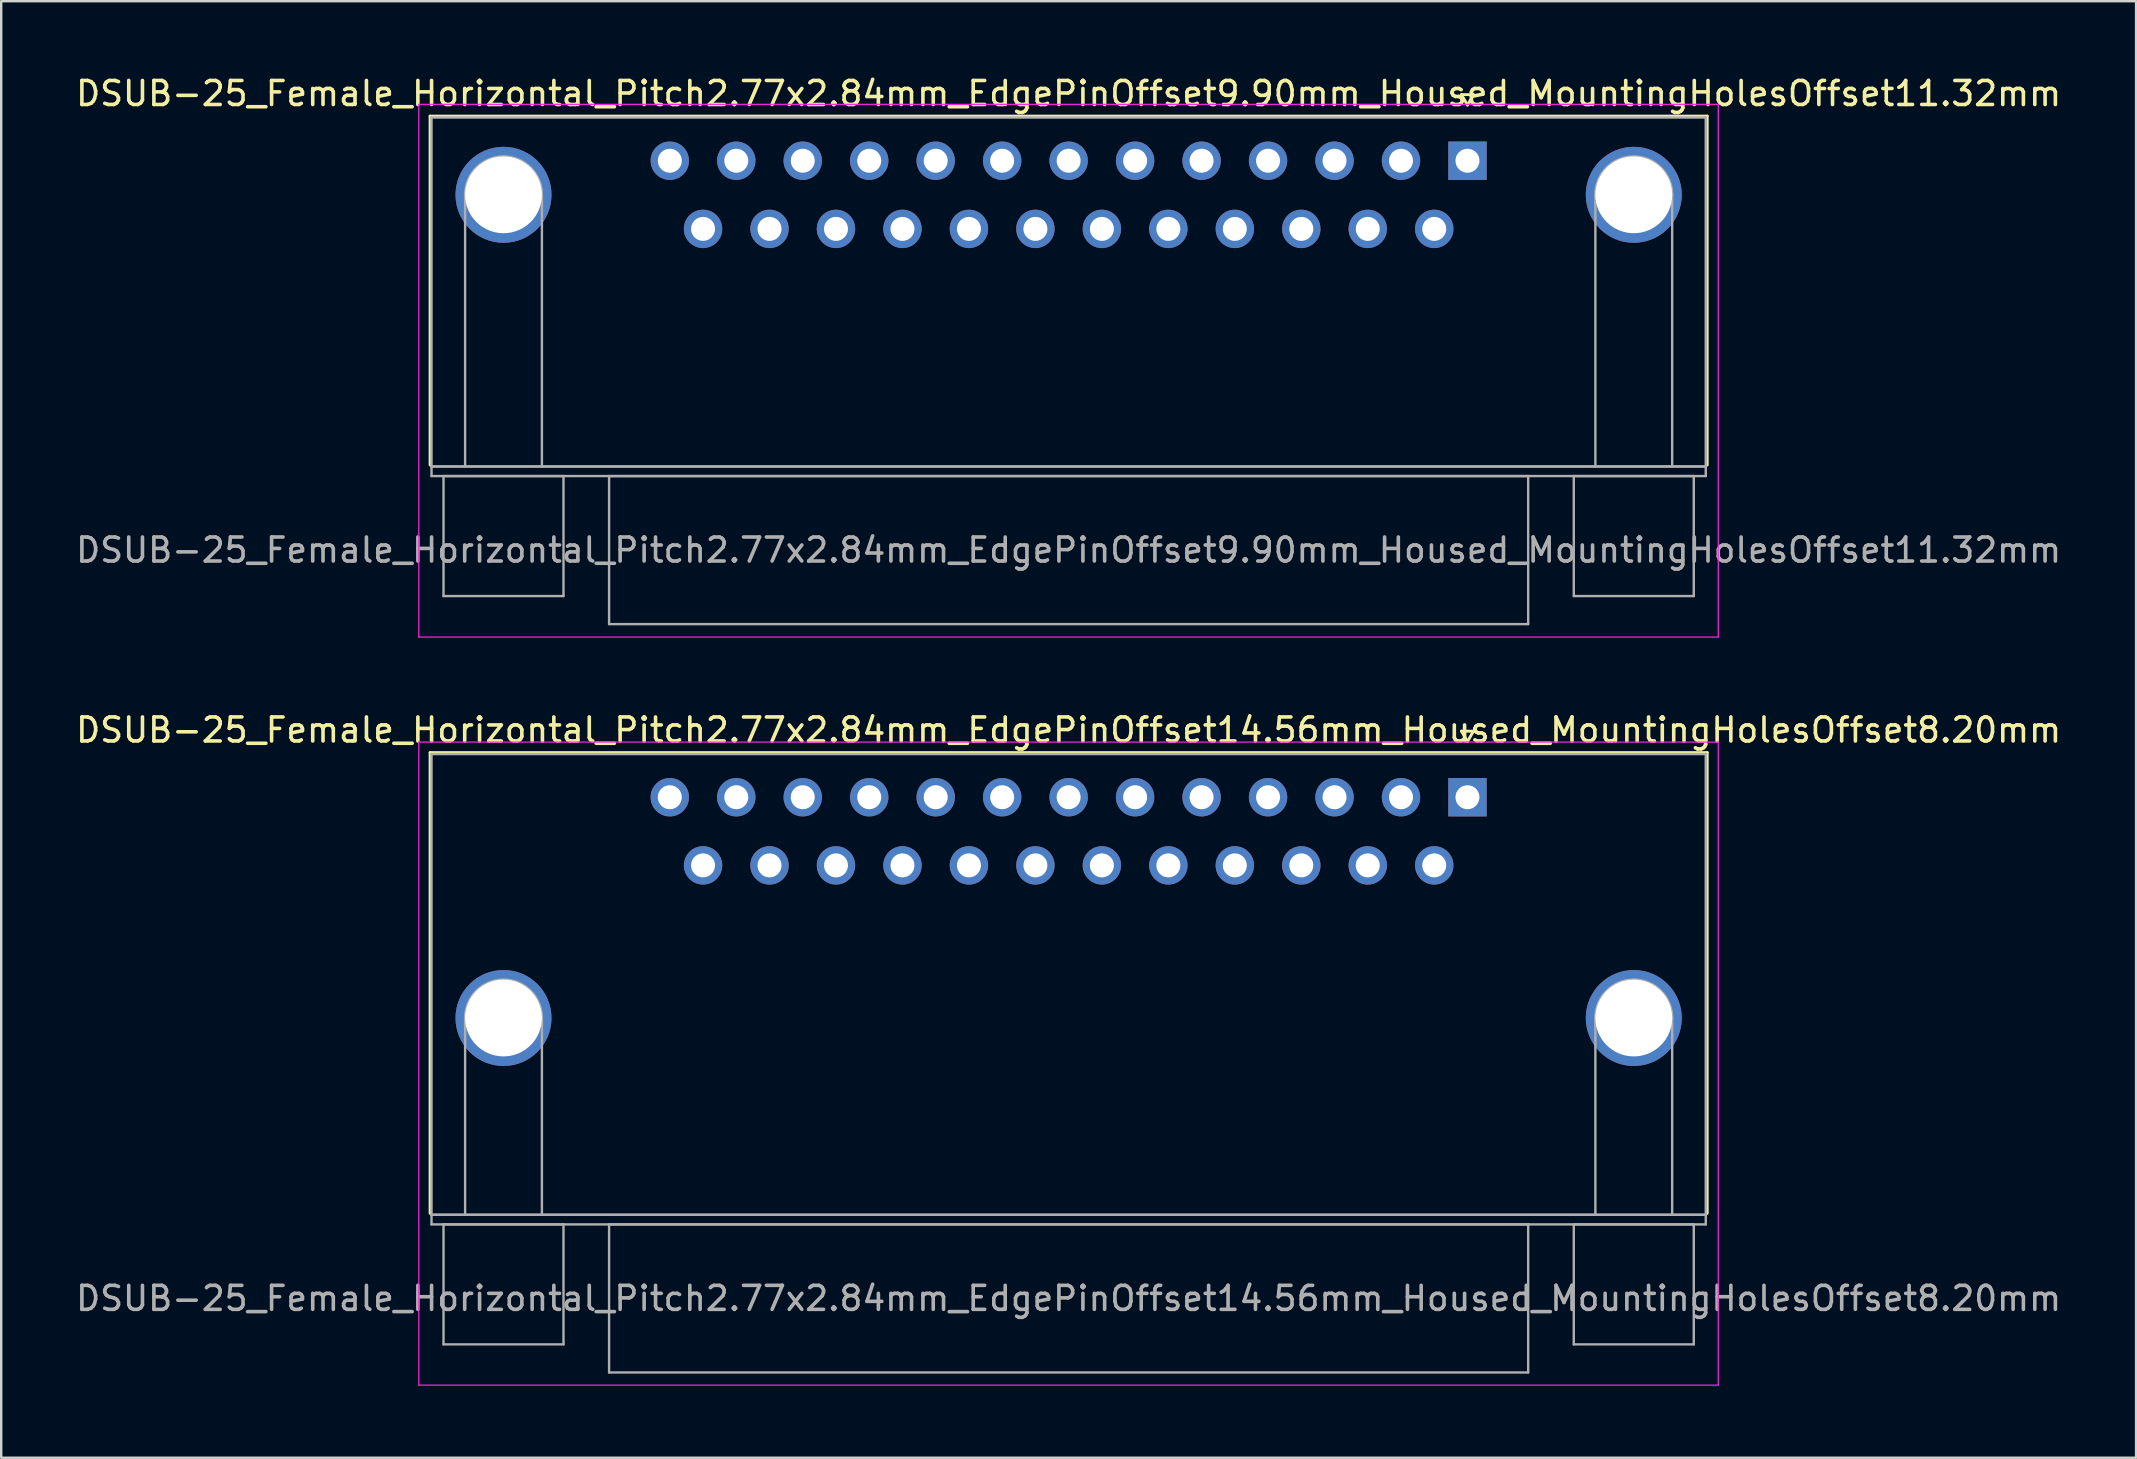
<source format=kicad_pcb>
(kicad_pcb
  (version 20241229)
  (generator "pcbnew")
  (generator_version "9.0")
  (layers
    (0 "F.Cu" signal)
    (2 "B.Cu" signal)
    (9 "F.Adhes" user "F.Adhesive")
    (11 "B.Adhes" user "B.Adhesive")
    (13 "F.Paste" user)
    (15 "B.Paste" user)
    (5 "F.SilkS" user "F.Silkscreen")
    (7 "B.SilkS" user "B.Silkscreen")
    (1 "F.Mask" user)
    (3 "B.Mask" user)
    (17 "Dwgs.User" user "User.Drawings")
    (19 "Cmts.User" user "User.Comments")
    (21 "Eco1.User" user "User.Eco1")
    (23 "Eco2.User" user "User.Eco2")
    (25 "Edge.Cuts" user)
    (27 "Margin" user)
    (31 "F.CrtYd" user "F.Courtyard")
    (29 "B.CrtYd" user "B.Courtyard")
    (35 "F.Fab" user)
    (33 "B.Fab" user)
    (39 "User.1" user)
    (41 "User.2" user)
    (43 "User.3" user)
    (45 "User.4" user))
  (footprint "DSUB-25_Female_Horizontal_Pitch2.77x2.84mm_EdgePinOffset14.56mm_Housed_MountingHolesOffset8.20mm"
    (layer "F.Cu")
    (at 58.102 30.172)
    (property "Reference" "DSUB-25_Female_Horizontal_Pitch2.77x2.84mm_EdgePinOffset14.56mm_Housed_MountingHolesOffset8.20mm" (at -16.62 -2.8 0) (layer "F.SilkS") (effects (font (size 1 1) (thickness 0.15))))
    (attr through_hole)
    (fp_line (start -43.23 -1.86) (end 9.99 -1.86) (stroke (width 0.12) (type solid)) (layer "F.SilkS"))
    (fp_line (start -43.23 17.34) (end -43.23 -1.86) (stroke (width 0.12) (type solid)) (layer "F.SilkS"))
    (fp_line (start -0.25 -2.754) (end 0.25 -2.754) (stroke (width 0.12) (type solid)) (layer "F.SilkS"))
    (fp_line (start 0 -2.321) (end -0.25 -2.754) (stroke (width 0.12) (type solid)) (layer "F.SilkS"))
    (fp_line (start 0.25 -2.754) (end 0 -2.321) (stroke (width 0.12) (type solid)) (layer "F.SilkS"))
    (fp_line (start 9.99 -1.86) (end 9.99 17.34) (stroke (width 0.12) (type solid)) (layer "F.SilkS"))
    (fp_line (start -43.7 -2.3) (end -43.7 24.5) (stroke (width 0.05) (type solid)) (layer "F.CrtYd"))
    (fp_line (start -43.7 24.5) (end 10.45 24.5) (stroke (width 0.05) (type solid)) (layer "F.CrtYd"))
    (fp_line (start 10.45 -2.3) (end -43.7 -2.3) (stroke (width 0.05) (type solid)) (layer "F.CrtYd"))
    (fp_line (start 10.45 24.5) (end 10.45 -2.3) (stroke (width 0.05) (type solid)) (layer "F.CrtYd"))
    (fp_line (start -43.17 -1.8) (end -43.17 17.4) (stroke (width 0.1) (type solid)) (layer "F.Fab"))
    (fp_line (start -43.17 17.4) (end -43.17 17.8) (stroke (width 0.1) (type solid)) (layer "F.Fab"))
    (fp_line (start -43.17 17.4) (end 9.93 17.4) (stroke (width 0.1) (type solid)) (layer "F.Fab"))
    (fp_line (start -43.17 17.8) (end 9.93 17.8) (stroke (width 0.1) (type solid)) (layer "F.Fab"))
    (fp_line (start -42.67 17.8) (end -42.67 22.8) (stroke (width 0.1) (type solid)) (layer "F.Fab"))
    (fp_line (start -42.67 22.8) (end -37.67 22.8) (stroke (width 0.1) (type solid)) (layer "F.Fab"))
    (fp_line (start -41.77 17.4) (end -41.77 9.2) (stroke (width 0.1) (type solid)) (layer "F.Fab"))
    (fp_line (start -38.57 17.4) (end -38.57 9.2) (stroke (width 0.1) (type solid)) (layer "F.Fab"))
    (fp_line (start -37.67 17.8) (end -42.67 17.8) (stroke (width 0.1) (type solid)) (layer "F.Fab"))
    (fp_line (start -37.67 22.8) (end -37.67 17.8) (stroke (width 0.1) (type solid)) (layer "F.Fab"))
    (fp_line (start -35.77 17.8) (end -35.77 23.97) (stroke (width 0.1) (type solid)) (layer "F.Fab"))
    (fp_line (start -35.77 23.97) (end 2.53 23.97) (stroke (width 0.1) (type solid)) (layer "F.Fab"))
    (fp_line (start 2.53 17.8) (end -35.77 17.8) (stroke (width 0.1) (type solid)) (layer "F.Fab"))
    (fp_line (start 2.53 23.97) (end 2.53 17.8) (stroke (width 0.1) (type solid)) (layer "F.Fab"))
    (fp_line (start 4.43 17.8) (end 4.43 22.8) (stroke (width 0.1) (type solid)) (layer "F.Fab"))
    (fp_line (start 4.43 22.8) (end 9.43 22.8) (stroke (width 0.1) (type solid)) (layer "F.Fab"))
    (fp_line (start 5.33 17.4) (end 5.33 9.2) (stroke (width 0.1) (type solid)) (layer "F.Fab"))
    (fp_line (start 8.53 17.4) (end 8.53 9.2) (stroke (width 0.1) (type solid)) (layer "F.Fab"))
    (fp_line (start 9.43 17.8) (end 4.43 17.8) (stroke (width 0.1) (type solid)) (layer "F.Fab"))
    (fp_line (start 9.43 22.8) (end 9.43 17.8) (stroke (width 0.1) (type solid)) (layer "F.Fab"))
    (fp_line (start 9.93 -1.8) (end -43.17 -1.8) (stroke (width 0.1) (type solid)) (layer "F.Fab"))
    (fp_line (start 9.93 17.4) (end -43.17 17.4) (stroke (width 0.1) (type solid)) (layer "F.Fab"))
    (fp_line (start 9.93 17.4) (end 9.93 -1.8) (stroke (width 0.1) (type solid)) (layer "F.Fab"))
    (fp_line (start 9.93 17.8) (end 9.93 17.4) (stroke (width 0.1) (type solid)) (layer "F.Fab"))
    (fp_arc (start -41.77 9.2) (mid -40.17 7.6) (end -38.57 9.2) (stroke (width 0.1) (type solid)) (layer "F.Fab"))
    (fp_arc (start 5.33 9.2) (mid 6.93 7.6) (end 8.53 9.2) (stroke (width 0.1) (type solid)) (layer "F.Fab"))
    (fp_text user "${REFERENCE}" (at -16.62 20.885 0) (layer "F.Fab") (effects (font (size 1 1) (thickness 0.15))))
    (pad "0" thru_hole circle (at -40.17 9.2) (size 4 4) (drill 3.2) (layers "*.Cu" "*.Mask"))
    (pad "0" thru_hole circle (at 6.93 9.2) (size 4 4) (drill 3.2) (layers "*.Cu" "*.Mask"))
    (pad "1" thru_hole rect (at 0 0) (size 1.6 1.6) (drill 1) (layers "*.Cu" "*.Mask"))
    (pad "2" thru_hole circle (at -2.77 0) (size 1.6 1.6) (drill 1) (layers "*.Cu" "*.Mask"))
    (pad "3" thru_hole circle (at -5.54 0) (size 1.6 1.6) (drill 1) (layers "*.Cu" "*.Mask"))
    (pad "4" thru_hole circle (at -8.31 0) (size 1.6 1.6) (drill 1) (layers "*.Cu" "*.Mask"))
    (pad "5" thru_hole circle (at -11.08 0) (size 1.6 1.6) (drill 1) (layers "*.Cu" "*.Mask"))
    (pad "6" thru_hole circle (at -13.85 0) (size 1.6 1.6) (drill 1) (layers "*.Cu" "*.Mask"))
    (pad "7" thru_hole circle (at -16.62 0) (size 1.6 1.6) (drill 1) (layers "*.Cu" "*.Mask"))
    (pad "8" thru_hole circle (at -19.39 0) (size 1.6 1.6) (drill 1) (layers "*.Cu" "*.Mask"))
    (pad "9" thru_hole circle (at -22.16 0) (size 1.6 1.6) (drill 1) (layers "*.Cu" "*.Mask"))
    (pad "10" thru_hole circle (at -24.93 0) (size 1.6 1.6) (drill 1) (layers "*.Cu" "*.Mask"))
    (pad "11" thru_hole circle (at -27.7 0) (size 1.6 1.6) (drill 1) (layers "*.Cu" "*.Mask"))
    (pad "12" thru_hole circle (at -30.47 0) (size 1.6 1.6) (drill 1) (layers "*.Cu" "*.Mask"))
    (pad "13" thru_hole circle (at -33.24 0) (size 1.6 1.6) (drill 1) (layers "*.Cu" "*.Mask"))
    (pad "14" thru_hole circle (at -1.385 2.84) (size 1.6 1.6) (drill 1) (layers "*.Cu" "*.Mask"))
    (pad "15" thru_hole circle (at -4.155 2.84) (size 1.6 1.6) (drill 1) (layers "*.Cu" "*.Mask"))
    (pad "16" thru_hole circle (at -6.925 2.84) (size 1.6 1.6) (drill 1) (layers "*.Cu" "*.Mask"))
    (pad "17" thru_hole circle (at -9.695 2.84) (size 1.6 1.6) (drill 1) (layers "*.Cu" "*.Mask"))
    (pad "18" thru_hole circle (at -12.465 2.84) (size 1.6 1.6) (drill 1) (layers "*.Cu" "*.Mask"))
    (pad "19" thru_hole circle (at -15.235 2.84) (size 1.6 1.6) (drill 1) (layers "*.Cu" "*.Mask"))
    (pad "20" thru_hole circle (at -18.005 2.84) (size 1.6 1.6) (drill 1) (layers "*.Cu" "*.Mask"))
    (pad "21" thru_hole circle (at -20.775 2.84) (size 1.6 1.6) (drill 1) (layers "*.Cu" "*.Mask"))
    (pad "22" thru_hole circle (at -23.545 2.84) (size 1.6 1.6) (drill 1) (layers "*.Cu" "*.Mask"))
    (pad "23" thru_hole circle (at -26.315 2.84) (size 1.6 1.6) (drill 1) (layers "*.Cu" "*.Mask"))
    (pad "24" thru_hole circle (at -29.085 2.84) (size 1.6 1.6) (drill 1) (layers "*.Cu" "*.Mask"))
    (pad "25" thru_hole circle (at -31.855 2.84) (size 1.6 1.6) (drill 1) (layers "*.Cu" "*.Mask")))
  (footprint "DSUB-25_Female_Horizontal_Pitch2.77x2.84mm_EdgePinOffset9.90mm_Housed_MountingHolesOffset11.32mm"
    (layer "F.Cu")
    (at 58.102 3.648)
    (property "Reference" "DSUB-25_Female_Horizontal_Pitch2.77x2.84mm_EdgePinOffset9.90mm_Housed_MountingHolesOffset11.32mm" (at -16.62 -2.8 0) (layer "F.SilkS") (effects (font (size 1 1) (thickness 0.15))))
    (attr through_hole)
    (fp_line (start -43.23 -1.86) (end 9.99 -1.86) (stroke (width 0.12) (type solid)) (layer "F.SilkS"))
    (fp_line (start -43.23 12.68) (end -43.23 -1.86) (stroke (width 0.12) (type solid)) (layer "F.SilkS"))
    (fp_line (start -0.25 -2.754) (end 0.25 -2.754) (stroke (width 0.12) (type solid)) (layer "F.SilkS"))
    (fp_line (start 0 -2.321) (end -0.25 -2.754) (stroke (width 0.12) (type solid)) (layer "F.SilkS"))
    (fp_line (start 0.25 -2.754) (end 0 -2.321) (stroke (width 0.12) (type solid)) (layer "F.SilkS"))
    (fp_line (start 9.99 -1.86) (end 9.99 12.68) (stroke (width 0.12) (type solid)) (layer "F.SilkS"))
    (fp_line (start -43.7 -2.35) (end -43.7 19.85) (stroke (width 0.05) (type solid)) (layer "F.CrtYd"))
    (fp_line (start -43.7 19.85) (end 10.45 19.85) (stroke (width 0.05) (type solid)) (layer "F.CrtYd"))
    (fp_line (start 10.45 -2.35) (end -43.7 -2.35) (stroke (width 0.05) (type solid)) (layer "F.CrtYd"))
    (fp_line (start 10.45 19.85) (end 10.45 -2.35) (stroke (width 0.05) (type solid)) (layer "F.CrtYd"))
    (fp_line (start -43.17 -1.8) (end -43.17 12.74) (stroke (width 0.1) (type solid)) (layer "F.Fab"))
    (fp_line (start -43.17 12.74) (end -43.17 13.14) (stroke (width 0.1) (type solid)) (layer "F.Fab"))
    (fp_line (start -43.17 12.74) (end 9.93 12.74) (stroke (width 0.1) (type solid)) (layer "F.Fab"))
    (fp_line (start -43.17 13.14) (end 9.93 13.14) (stroke (width 0.1) (type solid)) (layer "F.Fab"))
    (fp_line (start -42.67 13.14) (end -42.67 18.14) (stroke (width 0.1) (type solid)) (layer "F.Fab"))
    (fp_line (start -42.67 18.14) (end -37.67 18.14) (stroke (width 0.1) (type solid)) (layer "F.Fab"))
    (fp_line (start -41.77 12.74) (end -41.77 1.42) (stroke (width 0.1) (type solid)) (layer "F.Fab"))
    (fp_line (start -38.57 12.74) (end -38.57 1.42) (stroke (width 0.1) (type solid)) (layer "F.Fab"))
    (fp_line (start -37.67 13.14) (end -42.67 13.14) (stroke (width 0.1) (type solid)) (layer "F.Fab"))
    (fp_line (start -37.67 18.14) (end -37.67 13.14) (stroke (width 0.1) (type solid)) (layer "F.Fab"))
    (fp_line (start -35.77 13.14) (end -35.77 19.31) (stroke (width 0.1) (type solid)) (layer "F.Fab"))
    (fp_line (start -35.77 19.31) (end 2.53 19.31) (stroke (width 0.1) (type solid)) (layer "F.Fab"))
    (fp_line (start 2.53 13.14) (end -35.77 13.14) (stroke (width 0.1) (type solid)) (layer "F.Fab"))
    (fp_line (start 2.53 19.31) (end 2.53 13.14) (stroke (width 0.1) (type solid)) (layer "F.Fab"))
    (fp_line (start 4.43 13.14) (end 4.43 18.14) (stroke (width 0.1) (type solid)) (layer "F.Fab"))
    (fp_line (start 4.43 18.14) (end 9.43 18.14) (stroke (width 0.1) (type solid)) (layer "F.Fab"))
    (fp_line (start 5.33 12.74) (end 5.33 1.42) (stroke (width 0.1) (type solid)) (layer "F.Fab"))
    (fp_line (start 8.53 12.74) (end 8.53 1.42) (stroke (width 0.1) (type solid)) (layer "F.Fab"))
    (fp_line (start 9.43 13.14) (end 4.43 13.14) (stroke (width 0.1) (type solid)) (layer "F.Fab"))
    (fp_line (start 9.43 18.14) (end 9.43 13.14) (stroke (width 0.1) (type solid)) (layer "F.Fab"))
    (fp_line (start 9.93 -1.8) (end -43.17 -1.8) (stroke (width 0.1) (type solid)) (layer "F.Fab"))
    (fp_line (start 9.93 12.74) (end -43.17 12.74) (stroke (width 0.1) (type solid)) (layer "F.Fab"))
    (fp_line (start 9.93 12.74) (end 9.93 -1.8) (stroke (width 0.1) (type solid)) (layer "F.Fab"))
    (fp_line (start 9.93 13.14) (end 9.93 12.74) (stroke (width 0.1) (type solid)) (layer "F.Fab"))
    (fp_arc (start -41.77 1.42) (mid -40.17 -0.18) (end -38.57 1.42) (stroke (width 0.1) (type solid)) (layer "F.Fab"))
    (fp_arc (start 5.33 1.42) (mid 6.93 -0.18) (end 8.53 1.42) (stroke (width 0.1) (type solid)) (layer "F.Fab"))
    (fp_text user "${REFERENCE}" (at -16.62 16.225 0) (layer "F.Fab") (effects (font (size 1 1) (thickness 0.15))))
    (pad "0" thru_hole circle (at -40.17 1.42) (size 4 4) (drill 3.2) (layers "*.Cu" "*.Mask"))
    (pad "0" thru_hole circle (at 6.93 1.42) (size 4 4) (drill 3.2) (layers "*.Cu" "*.Mask"))
    (pad "1" thru_hole rect (at 0 0) (size 1.6 1.6) (drill 1) (layers "*.Cu" "*.Mask"))
    (pad "2" thru_hole circle (at -2.77 0) (size 1.6 1.6) (drill 1) (layers "*.Cu" "*.Mask"))
    (pad "3" thru_hole circle (at -5.54 0) (size 1.6 1.6) (drill 1) (layers "*.Cu" "*.Mask"))
    (pad "4" thru_hole circle (at -8.31 0) (size 1.6 1.6) (drill 1) (layers "*.Cu" "*.Mask"))
    (pad "5" thru_hole circle (at -11.08 0) (size 1.6 1.6) (drill 1) (layers "*.Cu" "*.Mask"))
    (pad "6" thru_hole circle (at -13.85 0) (size 1.6 1.6) (drill 1) (layers "*.Cu" "*.Mask"))
    (pad "7" thru_hole circle (at -16.62 0) (size 1.6 1.6) (drill 1) (layers "*.Cu" "*.Mask"))
    (pad "8" thru_hole circle (at -19.39 0) (size 1.6 1.6) (drill 1) (layers "*.Cu" "*.Mask"))
    (pad "9" thru_hole circle (at -22.16 0) (size 1.6 1.6) (drill 1) (layers "*.Cu" "*.Mask"))
    (pad "10" thru_hole circle (at -24.93 0) (size 1.6 1.6) (drill 1) (layers "*.Cu" "*.Mask"))
    (pad "11" thru_hole circle (at -27.7 0) (size 1.6 1.6) (drill 1) (layers "*.Cu" "*.Mask"))
    (pad "12" thru_hole circle (at -30.47 0) (size 1.6 1.6) (drill 1) (layers "*.Cu" "*.Mask"))
    (pad "13" thru_hole circle (at -33.24 0) (size 1.6 1.6) (drill 1) (layers "*.Cu" "*.Mask"))
    (pad "14" thru_hole circle (at -1.385 2.84) (size 1.6 1.6) (drill 1) (layers "*.Cu" "*.Mask"))
    (pad "15" thru_hole circle (at -4.155 2.84) (size 1.6 1.6) (drill 1) (layers "*.Cu" "*.Mask"))
    (pad "16" thru_hole circle (at -6.925 2.84) (size 1.6 1.6) (drill 1) (layers "*.Cu" "*.Mask"))
    (pad "17" thru_hole circle (at -9.695 2.84) (size 1.6 1.6) (drill 1) (layers "*.Cu" "*.Mask"))
    (pad "18" thru_hole circle (at -12.465 2.84) (size 1.6 1.6) (drill 1) (layers "*.Cu" "*.Mask"))
    (pad "19" thru_hole circle (at -15.235 2.84) (size 1.6 1.6) (drill 1) (layers "*.Cu" "*.Mask"))
    (pad "20" thru_hole circle (at -18.005 2.84) (size 1.6 1.6) (drill 1) (layers "*.Cu" "*.Mask"))
    (pad "21" thru_hole circle (at -20.775 2.84) (size 1.6 1.6) (drill 1) (layers "*.Cu" "*.Mask"))
    (pad "22" thru_hole circle (at -23.545 2.84) (size 1.6 1.6) (drill 1) (layers "*.Cu" "*.Mask"))
    (pad "23" thru_hole circle (at -26.315 2.84) (size 1.6 1.6) (drill 1) (layers "*.Cu" "*.Mask"))
    (pad "24" thru_hole circle (at -29.085 2.84) (size 1.6 1.6) (drill 1) (layers "*.Cu" "*.Mask"))
    (pad "25" thru_hole circle (at -31.855 2.84) (size 1.6 1.6) (drill 1) (layers "*.Cu" "*.Mask")))
  (gr_rect
    (start -3 -3)
    (end 85.964 57.697)
    (stroke (width 0.1) (type default))
    (fill no)
    (layer "Edge.Cuts")))
</source>
